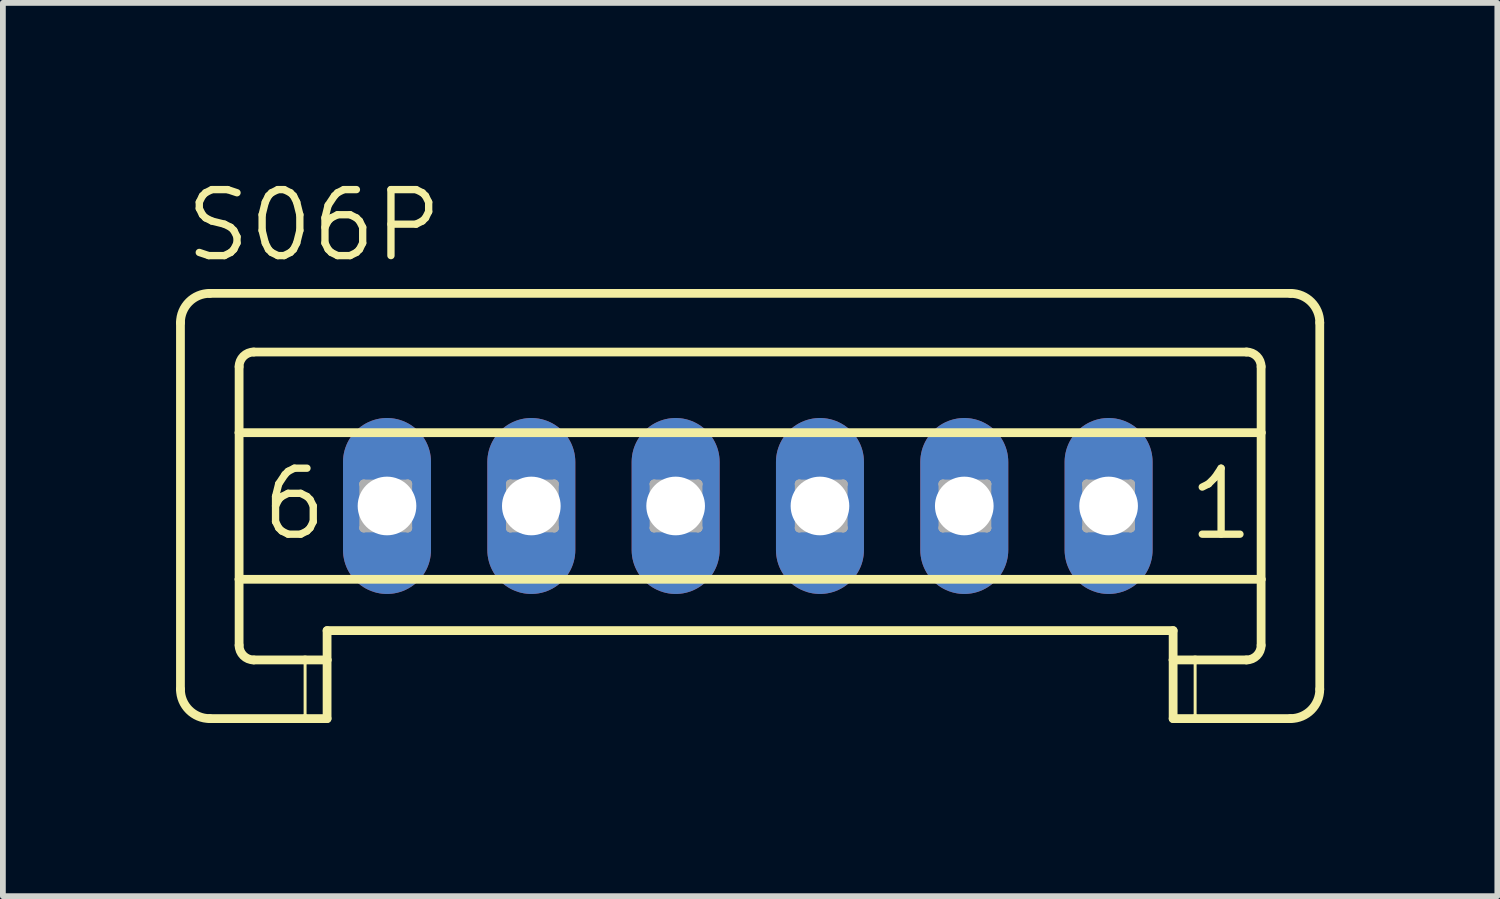
<source format=kicad_pcb>
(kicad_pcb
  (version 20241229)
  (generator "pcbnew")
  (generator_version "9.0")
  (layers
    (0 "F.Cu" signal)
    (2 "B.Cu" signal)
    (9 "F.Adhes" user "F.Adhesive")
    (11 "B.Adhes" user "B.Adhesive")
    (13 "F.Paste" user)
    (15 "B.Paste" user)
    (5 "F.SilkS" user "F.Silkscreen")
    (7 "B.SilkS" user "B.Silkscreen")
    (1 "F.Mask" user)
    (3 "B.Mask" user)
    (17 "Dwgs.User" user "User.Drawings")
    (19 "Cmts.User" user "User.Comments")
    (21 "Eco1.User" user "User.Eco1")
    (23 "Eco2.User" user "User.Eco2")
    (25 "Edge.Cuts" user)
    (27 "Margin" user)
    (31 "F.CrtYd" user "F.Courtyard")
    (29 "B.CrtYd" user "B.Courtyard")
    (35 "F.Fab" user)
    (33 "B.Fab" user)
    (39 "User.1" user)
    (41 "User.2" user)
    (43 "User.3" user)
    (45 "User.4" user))
  (footprint "S06P"
    (layer "F.Cu")
    (at 9.904 5.715)
    (property "Reference" "S06P" (at -9.803 -4.191 0) (layer "F.SilkS") (effects (font (size 1.143 1.143) (thickness 0.127)) (justify left bottom)))
    (fp_line (start -9.828 -3.175) (end -9.828 3.175) (stroke (width 0.152) (type solid)) (layer "F.SilkS"))
    (fp_line (start -9.32 -3.683) (end 9.4 -3.683) (stroke (width 0.152) (type solid)) (layer "F.SilkS"))
    (fp_line (start -8.812 -1.27) (end -8.812 -2.413) (stroke (width 0.152) (type solid)) (layer "F.SilkS"))
    (fp_line (start -8.812 -1.27) (end 8.892 -1.27) (stroke (width 0.152) (type solid)) (layer "F.SilkS"))
    (fp_line (start -8.812 1.27) (end -8.812 -1.27) (stroke (width 0.152) (type solid)) (layer "F.SilkS"))
    (fp_line (start -8.812 1.27) (end 8.892 1.27) (stroke (width 0.152) (type solid)) (layer "F.SilkS"))
    (fp_line (start -8.812 2.413) (end -8.812 1.27) (stroke (width 0.152) (type solid)) (layer "F.SilkS"))
    (fp_line (start -8.558 -2.667) (end 8.638 -2.667) (stroke (width 0.152) (type solid)) (layer "F.SilkS"))
    (fp_line (start -8.558 2.667) (end -7.669 2.667) (stroke (width 0.152) (type solid)) (layer "F.SilkS"))
    (fp_line (start -7.669 2.667) (end -7.669 3.683) (stroke (width 0.051) (type solid)) (layer "F.SilkS"))
    (fp_line (start -7.669 2.667) (end -7.288 2.667) (stroke (width 0.152) (type solid)) (layer "F.SilkS"))
    (fp_line (start -7.669 3.683) (end -9.32 3.683) (stroke (width 0.152) (type solid)) (layer "F.SilkS"))
    (fp_line (start -7.288 2.159) (end 7.368 2.159) (stroke (width 0.152) (type solid)) (layer "F.SilkS"))
    (fp_line (start -7.288 2.667) (end -7.288 2.159) (stroke (width 0.152) (type solid)) (layer "F.SilkS"))
    (fp_line (start -7.288 2.667) (end -7.288 3.683) (stroke (width 0.152) (type solid)) (layer "F.SilkS"))
    (fp_line (start -7.288 3.683) (end -7.669 3.683) (stroke (width 0.152) (type solid)) (layer "F.SilkS"))
    (fp_line (start 7.368 2.667) (end 7.368 2.159) (stroke (width 0.152) (type solid)) (layer "F.SilkS"))
    (fp_line (start 7.368 2.667) (end 7.749 2.667) (stroke (width 0.152) (type solid)) (layer "F.SilkS"))
    (fp_line (start 7.368 3.683) (end 7.368 2.667) (stroke (width 0.152) (type solid)) (layer "F.SilkS"))
    (fp_line (start 7.749 2.667) (end 7.749 3.683) (stroke (width 0.051) (type solid)) (layer "F.SilkS"))
    (fp_line (start 7.749 2.667) (end 8.638 2.667) (stroke (width 0.152) (type solid)) (layer "F.SilkS"))
    (fp_line (start 7.749 3.683) (end 7.368 3.683) (stroke (width 0.152) (type solid)) (layer "F.SilkS"))
    (fp_line (start 8.892 -1.27) (end 8.892 -2.413) (stroke (width 0.152) (type solid)) (layer "F.SilkS"))
    (fp_line (start 8.892 1.27) (end 8.892 -1.27) (stroke (width 0.152) (type solid)) (layer "F.SilkS"))
    (fp_line (start 8.892 2.413) (end 8.892 1.27) (stroke (width 0.152) (type solid)) (layer "F.SilkS"))
    (fp_line (start 9.4 3.683) (end 7.749 3.683) (stroke (width 0.152) (type solid)) (layer "F.SilkS"))
    (fp_line (start 9.908 -3.175) (end 9.908 3.175) (stroke (width 0.152) (type solid)) (layer "F.SilkS"))
    (fp_arc (start -9.828 -3.175) (mid -9.67921 -3.53421) (end -9.32 -3.683) (stroke (width 0.1524) (type solid)) (layer "F.SilkS"))
    (fp_arc (start -9.32 3.683) (mid -9.67921 3.53421) (end -9.828 3.175) (stroke (width 0.1524) (type solid)) (layer "F.SilkS"))
    (fp_arc (start -8.812 -2.413) (mid -8.737605 -2.592605) (end -8.558 -2.667) (stroke (width 0.1524) (type solid)) (layer "F.SilkS"))
    (fp_arc (start -8.558 2.667) (mid -8.737605 2.592605) (end -8.812 2.413) (stroke (width 0.1524) (type solid)) (layer "F.SilkS"))
    (fp_arc (start 8.638 -2.667) (mid 8.817605 -2.592605) (end 8.892 -2.413) (stroke (width 0.1524) (type solid)) (layer "F.SilkS"))
    (fp_arc (start 8.892 2.413) (mid 8.817605 2.592605) (end 8.638 2.667) (stroke (width 0.1524) (type solid)) (layer "F.SilkS"))
    (fp_arc (start 9.4 -3.683) (mid 9.75921 -3.53421) (end 9.908 -3.175) (stroke (width 0.1524) (type solid)) (layer "F.SilkS"))
    (fp_arc (start 9.908 3.175) (mid 9.75921 3.53421) (end 9.4 3.683) (stroke (width 0.1524) (type solid)) (layer "F.SilkS"))
    (fp_line (start -6.653 -0.381) (end -6.653 0.381) (stroke (width 0.152) (type solid)) (layer "F.Fab"))
    (fp_line (start -6.653 -0.381) (end -5.891 0.381) (stroke (width 0.152) (type solid)) (layer "F.Fab"))
    (fp_line (start -6.653 0.381) (end -5.891 0.381) (stroke (width 0.152) (type solid)) (layer "F.Fab"))
    (fp_line (start -5.891 -0.381) (end -6.653 -0.381) (stroke (width 0.152) (type solid)) (layer "F.Fab"))
    (fp_line (start -5.891 -0.381) (end -6.653 0.381) (stroke (width 0.152) (type solid)) (layer "F.Fab"))
    (fp_line (start -5.891 0.381) (end -5.891 -0.381) (stroke (width 0.152) (type solid)) (layer "F.Fab"))
    (fp_line (start -4.113 -0.381) (end -4.113 0.381) (stroke (width 0.152) (type solid)) (layer "F.Fab"))
    (fp_line (start -4.113 -0.381) (end -3.351 0.381) (stroke (width 0.152) (type solid)) (layer "F.Fab"))
    (fp_line (start -4.113 0.381) (end -3.351 0.381) (stroke (width 0.152) (type solid)) (layer "F.Fab"))
    (fp_line (start -3.351 -0.381) (end -4.113 -0.381) (stroke (width 0.152) (type solid)) (layer "F.Fab"))
    (fp_line (start -3.351 -0.381) (end -4.113 0.381) (stroke (width 0.152) (type solid)) (layer "F.Fab"))
    (fp_line (start -3.351 0.381) (end -3.351 -0.381) (stroke (width 0.152) (type solid)) (layer "F.Fab"))
    (fp_line (start -1.624 -0.381) (end -1.624 0.381) (stroke (width 0.152) (type solid)) (layer "F.Fab"))
    (fp_line (start -1.624 -0.381) (end -0.862 0.381) (stroke (width 0.152) (type solid)) (layer "F.Fab"))
    (fp_line (start -1.624 0.381) (end -0.862 0.381) (stroke (width 0.152) (type solid)) (layer "F.Fab"))
    (fp_line (start -0.862 -0.381) (end -1.624 -0.381) (stroke (width 0.152) (type solid)) (layer "F.Fab"))
    (fp_line (start -0.862 -0.381) (end -1.624 0.381) (stroke (width 0.152) (type solid)) (layer "F.Fab"))
    (fp_line (start -0.862 0.381) (end -0.862 -0.381) (stroke (width 0.152) (type solid)) (layer "F.Fab"))
    (fp_line (start 0.891 -0.381) (end 0.891 0.381) (stroke (width 0.152) (type solid)) (layer "F.Fab"))
    (fp_line (start 0.891 -0.381) (end 1.653 0.381) (stroke (width 0.152) (type solid)) (layer "F.Fab"))
    (fp_line (start 0.891 0.381) (end 1.653 0.381) (stroke (width 0.152) (type solid)) (layer "F.Fab"))
    (fp_line (start 1.653 -0.381) (end 0.891 -0.381) (stroke (width 0.152) (type solid)) (layer "F.Fab"))
    (fp_line (start 1.653 -0.381) (end 0.891 0.381) (stroke (width 0.152) (type solid)) (layer "F.Fab"))
    (fp_line (start 1.653 0.381) (end 1.653 -0.381) (stroke (width 0.152) (type solid)) (layer "F.Fab"))
    (fp_line (start 3.38 -0.381) (end 3.38 0.381) (stroke (width 0.152) (type solid)) (layer "F.Fab"))
    (fp_line (start 3.38 -0.381) (end 4.142 0.381) (stroke (width 0.152) (type solid)) (layer "F.Fab"))
    (fp_line (start 3.38 0.381) (end 4.142 0.381) (stroke (width 0.152) (type solid)) (layer "F.Fab"))
    (fp_line (start 4.142 -0.381) (end 3.38 -0.381) (stroke (width 0.152) (type solid)) (layer "F.Fab"))
    (fp_line (start 4.142 -0.381) (end 3.38 0.381) (stroke (width 0.152) (type solid)) (layer "F.Fab"))
    (fp_line (start 4.142 0.381) (end 4.142 -0.381) (stroke (width 0.152) (type solid)) (layer "F.Fab"))
    (fp_line (start 5.869 -0.381) (end 5.869 0.381) (stroke (width 0.152) (type solid)) (layer "F.Fab"))
    (fp_line (start 5.869 -0.381) (end 6.631 0.381) (stroke (width 0.152) (type solid)) (layer "F.Fab"))
    (fp_line (start 5.869 0.381) (end 6.631 0.381) (stroke (width 0.152) (type solid)) (layer "F.Fab"))
    (fp_line (start 6.631 -0.381) (end 5.869 -0.381) (stroke (width 0.152) (type solid)) (layer "F.Fab"))
    (fp_line (start 6.631 -0.381) (end 5.869 0.381) (stroke (width 0.152) (type solid)) (layer "F.Fab"))
    (fp_line (start 6.631 0.381) (end 6.631 -0.381) (stroke (width 0.152) (type solid)) (layer "F.Fab"))
    (fp_text user "1" (at 7.571 0.635 0) (layer "F.SilkS") (effects (font (size 1.143 1.143) (thickness 0.127)) (justify left bottom)))
    (fp_text user "6" (at -8.482 0.635 0) (layer "F.SilkS") (effects (font (size 1.143 1.143) (thickness 0.127)) (justify left bottom)))
    (pad "1" thru_hole oval (at 6.25 0 90) (size 3.048 1.524) (drill 1.016) (layers "*.Cu" "*.Mask"))
    (pad "2" thru_hole oval (at 3.75 0 90) (size 3.048 1.524) (drill 1.016) (layers "*.Cu" "*.Mask"))
    (pad "3" thru_hole oval (at 1.25 0 90) (size 3.048 1.524) (drill 1.016) (layers "*.Cu" "*.Mask"))
    (pad "4" thru_hole oval (at -1.25 0 90) (size 3.048 1.524) (drill 1.016) (layers "*.Cu" "*.Mask"))
    (pad "5" thru_hole oval (at -3.75 0 90) (size 3.048 1.524) (drill 1.016) (layers "*.Cu" "*.Mask"))
    (pad "6" thru_hole oval (at -6.25 0 90) (size 3.048 1.524) (drill 1.016) (layers "*.Cu" "*.Mask")))
  (gr_rect
    (start -3 -3)
    (end 22.888 12.474)
    (stroke (width 0.1) (type default))
    (fill no)
    (layer "Edge.Cuts")))
</source>
